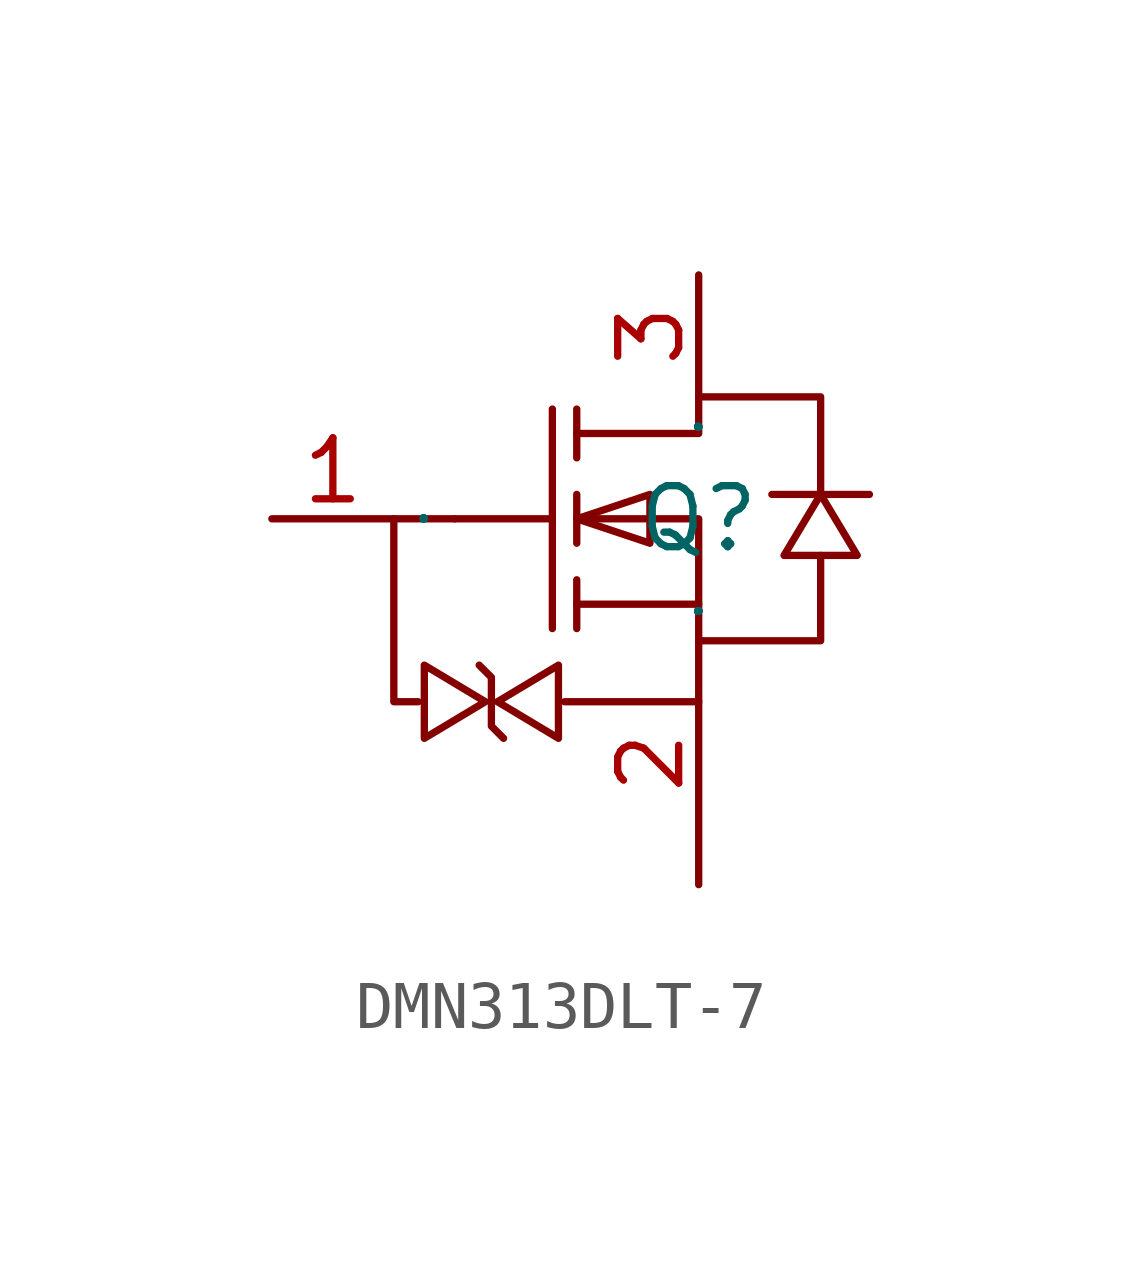
<source format=kicad_sym>
(kicad_symbol_lib
  (version 20241209)
  (generator "kicad_symbol_editor")
  (generator_version "9.0")
  (symbol "DMN313DLT-7"
    (property "Reference" "Q"
      (at 0 0 0)
      (effects (font (size 1.27 1.27))))
    (property "Value" ""
      (at 0 0 0)
      (effects (font (size 1.27 1.27))))
    (symbol "DMN313DLT-7_1_0"
      (polyline (pts (xy -6.35 0) (xy -5.08 0)) (stroke (width 0) (type default)) (fill (type none)))
      (polyline (pts (xy -6.35 0) (xy -6.35 -3.81) (xy -6.35 -3.81) (xy -5.842 -3.81)) (stroke (width 0) (type default)) (fill (type none)))
      (polyline (pts (xy -5.08 0) (xy -3.048 0)) (stroke (width 0) (type default)) (fill (type none)))
      (polyline (pts (xy -4.445 -3.81) (xy -5.715 -3.048) (xy -5.715 -3.048) (xy -5.715 -4.572) (xy -5.715 -4.572) (xy -4.445 -3.81)) (stroke (width 0) (type default)) (fill (type none)))
      (polyline (pts (xy -4.318 -3.81) (xy -4.318 -3.302) (xy -4.318 -3.302) (xy -4.572 -3.048)) (stroke (width 0) (type default)) (fill (type none)))
      (polyline (pts (xy -4.318 -3.81) (xy -4.318 -4.318) (xy -4.318 -4.318) (xy -4.064 -4.572)) (stroke (width 0) (type default)) (fill (type none)))
      (polyline (pts (xy -4.191 -3.81) (xy -2.921 -4.572) (xy -2.921 -4.572) (xy -2.921 -3.048) (xy -2.921 -3.048) (xy -4.191 -3.81)) (stroke (width 0) (type default)) (fill (type none)))
      (polyline (pts (xy -3.048 2.286) (xy -3.048 -2.286)) (stroke (width 0) (type default)) (fill (type none)))
      (polyline (pts (xy -2.794 -3.81) (xy 0 -3.81)) (stroke (width 0) (type default)) (fill (type none)))
      (polyline (pts (xy -2.54 2.286) (xy -2.54 1.27)) (stroke (width 0) (type default)) (fill (type none)))
      (polyline (pts (xy -2.54 1.778) (xy 0 1.778) (xy 0 1.778) (xy 0 2.54) (xy 0 2.54) (xy 2.54 2.54) (xy 2.54 2.54) (xy 2.54 0.508)) (stroke (width 0) (type default)) (fill (type none)))
      (polyline (pts (xy -2.54 0) (xy -1.016 -0.508) (xy -1.016 -0.508) (xy -1.016 0.508) (xy -1.016 0.508) (xy -2.54 0)) (stroke (width 0) (type default)) (fill (type none)))
      (polyline (pts (xy -2.54 0) (xy 0 0) (xy 0 0) (xy 0 -2.54) (xy 0 -2.54) (xy 2.54 -2.54) (xy 2.54 -2.54) (xy 2.54 -0.762)) (stroke (width 0) (type default)) (fill (type none)))
      (polyline (pts (xy -2.54 -0.508) (xy -2.54 0.508)) (stroke (width 0) (type default)) (fill (type none)))
      (polyline (pts (xy -2.54 -2.286) (xy -2.54 -1.27)) (stroke (width 0) (type default)) (fill (type none)))
      (polyline (pts (xy 0 -1.778) (xy -2.54 -1.778)) (stroke (width 0) (type default)) (fill (type none)))
      (polyline (pts (xy 2.54 0.508) (xy 1.778 -0.762) (xy 1.778 -0.762) (xy 3.302 -0.762) (xy 3.302 -0.762) (xy 2.54 0.508)) (stroke (width 0) (type default)) (fill (type none)))
      (polyline (pts (xy 3.556 0.508) (xy 3.048 0.508) (xy 3.048 0.508) (xy 2.032 0.508) (xy 2.032 0.508) (xy 1.524 0.508)) (stroke (width 0) (type default)) (fill (type none)))
      (pin unspecified line (at -8.89 0 0) (length 2.54) (name "G" (effects (font (size 0.025 0.025)))) (number "1" (effects (font (size 1.27 1.27)))))
      (pin unspecified line (at 0 5.08 270) (length 2.54) (name "D" (effects (font (size 0.025 0.025)))) (number "3" (effects (font (size 1.27 1.27)))))
      (pin unspecified line (at 0 -7.62 90) (length 5.08) (name "S" (effects (font (size 0.025 0.025)))) (number "2" (effects (font (size 1.27 1.27))))))))
</source>
